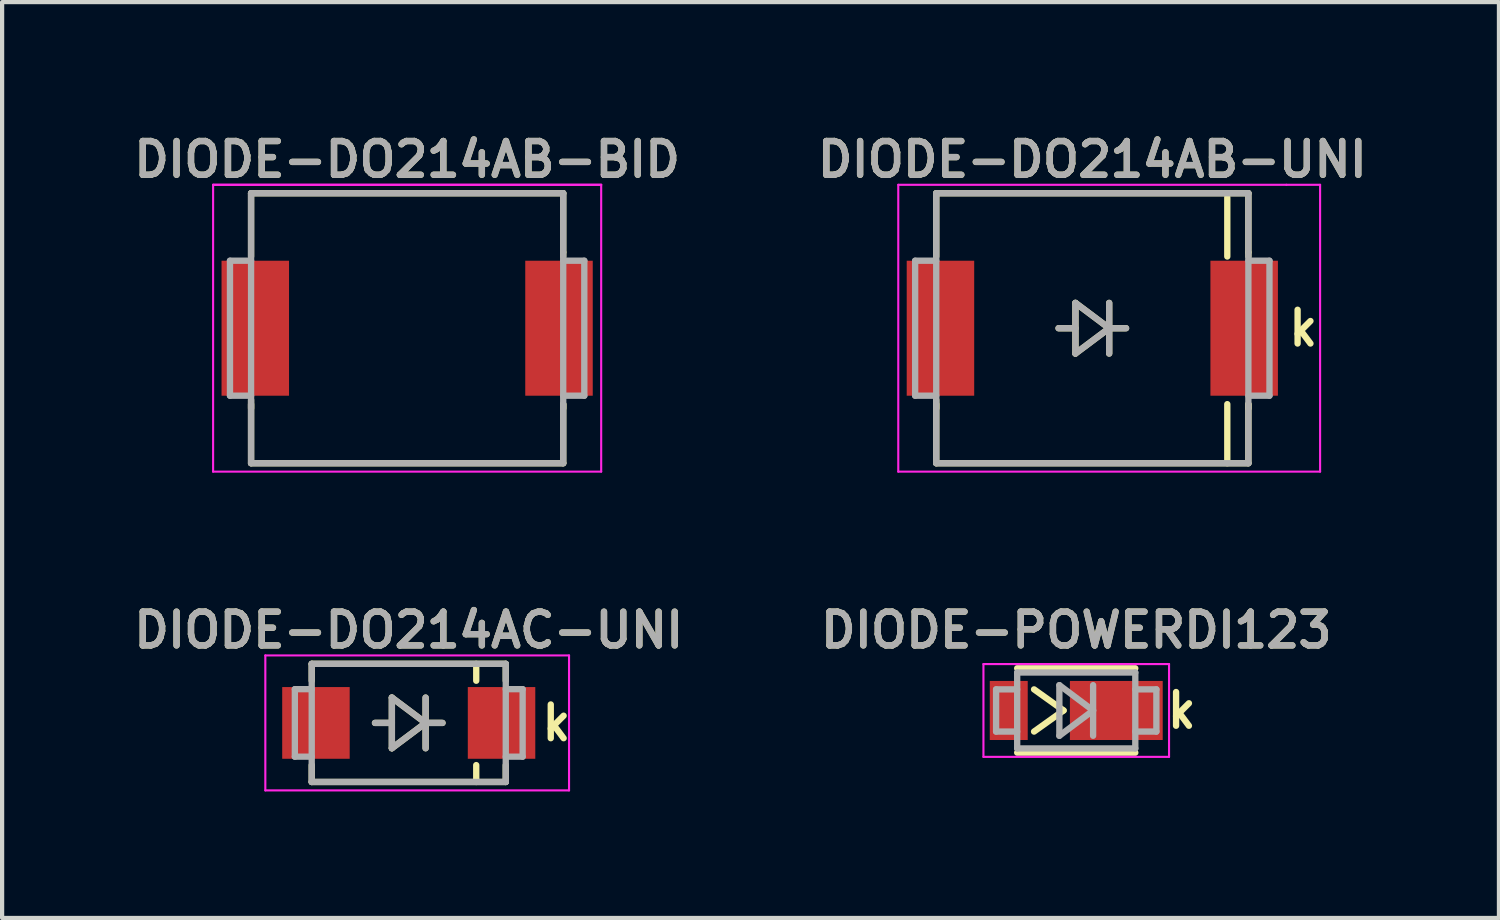
<source format=kicad_pcb>
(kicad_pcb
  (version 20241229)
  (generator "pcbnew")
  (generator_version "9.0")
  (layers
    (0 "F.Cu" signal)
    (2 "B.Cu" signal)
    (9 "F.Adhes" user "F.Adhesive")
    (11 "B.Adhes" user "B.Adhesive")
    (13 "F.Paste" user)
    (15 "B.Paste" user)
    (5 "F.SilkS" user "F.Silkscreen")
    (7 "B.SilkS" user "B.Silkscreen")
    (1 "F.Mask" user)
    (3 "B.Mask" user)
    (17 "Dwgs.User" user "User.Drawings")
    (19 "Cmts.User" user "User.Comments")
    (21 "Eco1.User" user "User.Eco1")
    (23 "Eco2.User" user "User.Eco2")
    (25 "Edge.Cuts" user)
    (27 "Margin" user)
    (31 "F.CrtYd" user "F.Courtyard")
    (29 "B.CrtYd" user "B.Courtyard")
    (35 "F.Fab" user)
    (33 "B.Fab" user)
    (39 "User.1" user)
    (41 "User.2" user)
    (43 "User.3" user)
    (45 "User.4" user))
  (footprint "DIODE-POWERDI123"
    (layer "F.Cu")
    (at 22.464 13.793)
    (property "Reference" "DIODE-POWERDI123" (at 0 -1.905 0) (layer "F.SilkS") (effects (font (size 0.8 0.8) (thickness 0.15))))
    (attr smd)
    (fp_line (start -1.4 -1) (end 1.4 -1) (stroke (width 0.15) (type solid)) (layer "F.SilkS"))
    (fp_line (start -1.4 1) (end 1.4 1) (stroke (width 0.15) (type solid)) (layer "F.SilkS"))
    (fp_line (start -1 -0.5) (end -0.3 0) (stroke (width 0.15) (type solid)) (layer "F.SilkS"))
    (fp_line (start -0.3 0) (end -1 0.5) (stroke (width 0.15) (type solid)) (layer "F.SilkS"))
    (fp_line (start -2.2 -1.1) (end -2.2 1.1) (stroke (width 0.05) (type solid)) (layer "F.CrtYd"))
    (fp_line (start -2.2 1.1) (end 2.2 1.1) (stroke (width 0.05) (type solid)) (layer "F.CrtYd"))
    (fp_line (start 2.2 -1.1) (end -2.2 -1.1) (stroke (width 0.05) (type solid)) (layer "F.CrtYd"))
    (fp_line (start 2.2 -1.1) (end 2.2 1.1) (stroke (width 0.05) (type solid)) (layer "F.CrtYd"))
    (fp_line (start -1.9 -0.5) (end -1.9 0.5) (stroke (width 0.15) (type solid)) (layer "F.Fab"))
    (fp_line (start -1.9 0.5) (end -1.4 0.5) (stroke (width 0.15) (type solid)) (layer "F.Fab"))
    (fp_line (start -1.4 -0.9) (end 1.4 -0.9) (stroke (width 0.15) (type solid)) (layer "F.Fab"))
    (fp_line (start -1.4 -0.5) (end -1.9 -0.5) (stroke (width 0.15) (type solid)) (layer "F.Fab"))
    (fp_line (start -1.4 0.9) (end -1.4 -0.9) (stroke (width 0.15) (type solid)) (layer "F.Fab"))
    (fp_line (start -0.4 -0.6) (end 0.4 0) (stroke (width 0.15) (type solid)) (layer "F.Fab"))
    (fp_line (start -0.4 0.6) (end -0.4 -0.6) (stroke (width 0.15) (type solid)) (layer "F.Fab"))
    (fp_line (start 0.4 -0.6) (end 0.4 0.6) (stroke (width 0.15) (type solid)) (layer "F.Fab"))
    (fp_line (start 0.4 0) (end -0.4 0.6) (stroke (width 0.15) (type solid)) (layer "F.Fab"))
    (fp_line (start 1.4 -0.9) (end 1.4 0.9) (stroke (width 0.15) (type solid)) (layer "F.Fab"))
    (fp_line (start 1.4 -0.5) (end 1.9 -0.5) (stroke (width 0.15) (type solid)) (layer "F.Fab"))
    (fp_line (start 1.4 0.9) (end -1.4 0.9) (stroke (width 0.15) (type solid)) (layer "F.Fab"))
    (fp_line (start 1.9 -0.5) (end 1.9 0.5) (stroke (width 0.15) (type solid)) (layer "F.Fab"))
    (fp_line (start 1.9 0.5) (end 1.4 0.5) (stroke (width 0.15) (type solid)) (layer "F.Fab"))
    (fp_text user "k" (at 2.5 0 0) (layer "F.SilkS") (effects (font (size 0.8 0.8) (thickness 0.15))))
    (fp_text user "${REFERENCE}" (at 0 -1.905 0) (layer "F.Fab") (effects (font (size 0.8 0.8) (thickness 0.15))))
    (pad "1" smd rect (at 0.95 0) (size 2.2 1.4) (layers "F.Cu" "F.Mask" "F.Paste"))
    (pad "2" smd rect (at -1.6 0) (size 0.9 1.4) (layers "F.Cu" "F.Mask" "F.Paste")))
  (footprint "DIODE-DO214AB-BID"
    (layer "F.Cu")
    (at 6.602 4.731)
    (property "Reference" "DIODE-DO214AB-BID" (at 0 -4 0) (layer "F.SilkS") (effects (font (size 0.8 0.8) (thickness 0.15))))
    (attr smd)
    (fp_line (start -3.7 -3.2) (end 3.7 -3.2) (stroke (width 0.15) (type solid)) (layer "F.SilkS"))
    (fp_line (start -3.7 -1.7) (end -3.7 -3.2) (stroke (width 0.15) (type solid)) (layer "F.SilkS"))
    (fp_line (start -3.7 1.9) (end -3.7 1.7) (stroke (width 0.15) (type solid)) (layer "F.SilkS"))
    (fp_line (start -3.7 3.2) (end -3.7 1.8) (stroke (width 0.15) (type solid)) (layer "F.SilkS"))
    (fp_line (start 3.7 -3.2) (end 3.7 -1.8) (stroke (width 0.15) (type solid)) (layer "F.SilkS"))
    (fp_line (start 3.7 -1.8) (end 3.7 -1.7) (stroke (width 0.15) (type solid)) (layer "F.SilkS"))
    (fp_line (start 3.7 1.8) (end 3.7 3.2) (stroke (width 0.15) (type solid)) (layer "F.SilkS"))
    (fp_line (start 3.7 1.9) (end 3.7 1.8) (stroke (width 0.15) (type solid)) (layer "F.SilkS"))
    (fp_line (start 3.7 3.2) (end -3.7 3.2) (stroke (width 0.15) (type solid)) (layer "F.SilkS"))
    (fp_line (start -4.6 -3.4) (end 4.6 -3.4) (stroke (width 0.05) (type solid)) (layer "F.CrtYd"))
    (fp_line (start -4.6 3.4) (end -4.6 -3.4) (stroke (width 0.05) (type solid)) (layer "F.CrtYd"))
    (fp_line (start 4.6 -3.4) (end -4.6 -3.4) (stroke (width 0.05) (type solid)) (layer "F.CrtYd"))
    (fp_line (start 4.6 -3.4) (end 4.6 3.4) (stroke (width 0.05) (type solid)) (layer "F.CrtYd"))
    (fp_line (start 4.6 3.4) (end -4.6 3.4) (stroke (width 0.05) (type solid)) (layer "F.CrtYd"))
    (fp_line (start -4.2 -1.6) (end -4.2 1.6) (stroke (width 0.15) (type solid)) (layer "F.Fab"))
    (fp_line (start -4.2 1.6) (end -3.7 1.6) (stroke (width 0.15) (type solid)) (layer "F.Fab"))
    (fp_line (start -3.7 -3.2) (end 3.7 -3.2) (stroke (width 0.15) (type solid)) (layer "F.Fab"))
    (fp_line (start -3.7 -1.6) (end -4.2 -1.6) (stroke (width 0.15) (type solid)) (layer "F.Fab"))
    (fp_line (start -3.7 3.2) (end -3.7 -3.2) (stroke (width 0.15) (type solid)) (layer "F.Fab"))
    (fp_line (start 3.7 -3.2) (end 3.7 3.2) (stroke (width 0.15) (type solid)) (layer "F.Fab"))
    (fp_line (start 3.7 -1.6) (end 4.2 -1.6) (stroke (width 0.15) (type solid)) (layer "F.Fab"))
    (fp_line (start 3.7 3.2) (end -3.7 3.2) (stroke (width 0.15) (type solid)) (layer "F.Fab"))
    (fp_line (start 4.2 -1.6) (end 4.2 1.6) (stroke (width 0.15) (type solid)) (layer "F.Fab"))
    (fp_line (start 4.2 1.6) (end 3.7 1.6) (stroke (width 0.15) (type solid)) (layer "F.Fab"))
    (fp_text user "${REFERENCE}" (at 0 -4 0) (layer "F.Fab") (effects (font (size 0.8 0.8) (thickness 0.15))))
    (pad "1" smd rect (at -3.6 0) (size 1.6 3.2) (layers "F.Cu" "F.Mask" "F.Paste"))
    (pad "2" smd rect (at 3.6 0) (size 1.6 3.2) (layers "F.Cu" "F.Mask" "F.Paste")))
  (footprint "DIODE-DO214AC-UNI"
    (layer "F.Cu")
    (at 6.64 14.088)
    (property "Reference" "DIODE-DO214AC-UNI" (at 0 -2.2 0) (layer "F.SilkS") (effects (font (size 0.8 0.8) (thickness 0.15))))
    (attr smd)
    (fp_line (start -2.3 -1.4) (end -2.3 -1) (stroke (width 0.15) (type solid)) (layer "F.SilkS"))
    (fp_line (start -2.3 -1.4) (end 2.3 -1.4) (stroke (width 0.15) (type solid)) (layer "F.SilkS"))
    (fp_line (start -2.3 1.4) (end -2.3 1) (stroke (width 0.15) (type solid)) (layer "F.SilkS"))
    (fp_line (start -0.8 0) (end -0.4 0) (stroke (width 0.15) (type solid)) (layer "F.SilkS"))
    (fp_line (start -0.4 -0.6) (end -0.4 0.6) (stroke (width 0.15) (type solid)) (layer "F.SilkS"))
    (fp_line (start -0.4 -0.6) (end 0.4 0) (stroke (width 0.15) (type solid)) (layer "F.SilkS"))
    (fp_line (start 0.4 0) (end -0.4 0.6) (stroke (width 0.15) (type solid)) (layer "F.SilkS"))
    (fp_line (start 0.4 0.6) (end 0.4 -0.6) (stroke (width 0.15) (type solid)) (layer "F.SilkS"))
    (fp_line (start 0.8 0) (end 0.4 0) (stroke (width 0.15) (type solid)) (layer "F.SilkS"))
    (fp_line (start 1.6 -1.4) (end 1.6 -1) (stroke (width 0.15) (type solid)) (layer "F.SilkS"))
    (fp_line (start 1.6 1) (end 1.6 1.4) (stroke (width 0.15) (type solid)) (layer "F.SilkS"))
    (fp_line (start 2.3 -1.4) (end 2.3 -1) (stroke (width 0.15) (type solid)) (layer "F.SilkS"))
    (fp_line (start 2.3 1) (end 2.3 1.4) (stroke (width 0.15) (type solid)) (layer "F.SilkS"))
    (fp_line (start 2.3 1.4) (end -2.3 1.4) (stroke (width 0.15) (type solid)) (layer "F.SilkS"))
    (fp_line (start -3.4 -1.6) (end 3.8 -1.6) (stroke (width 0.05) (type solid)) (layer "F.CrtYd"))
    (fp_line (start -3.4 1.6) (end -3.4 -1.6) (stroke (width 0.05) (type solid)) (layer "F.CrtYd"))
    (fp_line (start 3.8 -1.6) (end 3.8 1.6) (stroke (width 0.05) (type solid)) (layer "F.CrtYd"))
    (fp_line (start 3.8 1.6) (end -3.4 1.6) (stroke (width 0.05) (type solid)) (layer "F.CrtYd"))
    (fp_line (start -2.7 -0.8) (end -2.7 0.8) (stroke (width 0.15) (type solid)) (layer "F.Fab"))
    (fp_line (start -2.7 0.8) (end -2.3 0.8) (stroke (width 0.15) (type solid)) (layer "F.Fab"))
    (fp_line (start -2.3 -1.4) (end -2.3 1.4) (stroke (width 0.15) (type solid)) (layer "F.Fab"))
    (fp_line (start -2.3 -0.8) (end -2.7 -0.8) (stroke (width 0.15) (type solid)) (layer "F.Fab"))
    (fp_line (start -2.3 1.4) (end 2.3 1.4) (stroke (width 0.15) (type solid)) (layer "F.Fab"))
    (fp_line (start -0.8 0) (end -0.4 0) (stroke (width 0.15) (type solid)) (layer "F.Fab"))
    (fp_line (start -0.4 -0.6) (end 0.4 0) (stroke (width 0.15) (type solid)) (layer "F.Fab"))
    (fp_line (start -0.4 0.6) (end -0.4 -0.6) (stroke (width 0.15) (type solid)) (layer "F.Fab"))
    (fp_line (start 0.4 -0.6) (end 0.4 0.6) (stroke (width 0.15) (type solid)) (layer "F.Fab"))
    (fp_line (start 0.4 0) (end -0.4 0.6) (stroke (width 0.15) (type solid)) (layer "F.Fab"))
    (fp_line (start 0.8 0) (end 0.4 0) (stroke (width 0.15) (type solid)) (layer "F.Fab"))
    (fp_line (start 2.3 -1.4) (end -2.3 -1.4) (stroke (width 0.15) (type solid)) (layer "F.Fab"))
    (fp_line (start 2.3 -0.8) (end 2.7 -0.8) (stroke (width 0.15) (type solid)) (layer "F.Fab"))
    (fp_line (start 2.3 1.4) (end 2.3 -1.4) (stroke (width 0.15) (type solid)) (layer "F.Fab"))
    (fp_line (start 2.7 -0.8) (end 2.7 0.8) (stroke (width 0.15) (type solid)) (layer "F.Fab"))
    (fp_line (start 2.7 0.8) (end 2.3 0.8) (stroke (width 0.15) (type solid)) (layer "F.Fab"))
    (fp_text user "k" (at 3.5 0 0) (layer "F.SilkS") (effects (font (size 0.8 0.8) (thickness 0.15))))
    (fp_text user "${REFERENCE}" (at 0 -2.2 0) (layer "F.Fab") (effects (font (size 0.8 0.8) (thickness 0.15))))
    (pad "1" smd rect (at 2.2 0) (size 1.6 1.7) (layers "F.Cu" "F.Mask" "F.Paste"))
    (pad "2" smd rect (at -2.2 0) (size 1.6 1.7) (layers "F.Cu" "F.Mask" "F.Paste")))
  (footprint "DIODE-DO214AB-UNI"
    (layer "F.Cu")
    (at 22.845 4.731)
    (property "Reference" "DIODE-DO214AB-UNI" (at 0 -4 0) (layer "F.SilkS") (effects (font (size 0.8 0.8) (thickness 0.15))))
    (attr smd)
    (fp_line (start -3.7 -3.2) (end 3.7 -3.2) (stroke (width 0.15) (type solid)) (layer "F.SilkS"))
    (fp_line (start -3.7 -1.7) (end -3.7 -3.2) (stroke (width 0.15) (type solid)) (layer "F.SilkS"))
    (fp_line (start -3.7 1.9) (end -3.7 1.7) (stroke (width 0.15) (type solid)) (layer "F.SilkS"))
    (fp_line (start -3.7 3.2) (end -3.7 1.8) (stroke (width 0.15) (type solid)) (layer "F.SilkS"))
    (fp_line (start -0.8 0) (end -0.4 0) (stroke (width 0.15) (type solid)) (layer "F.SilkS"))
    (fp_line (start -0.4 -0.6) (end -0.4 0.6) (stroke (width 0.15) (type solid)) (layer "F.SilkS"))
    (fp_line (start -0.4 -0.6) (end 0.4 0) (stroke (width 0.15) (type solid)) (layer "F.SilkS"))
    (fp_line (start 0.4 0) (end -0.4 0.6) (stroke (width 0.15) (type solid)) (layer "F.SilkS"))
    (fp_line (start 0.4 0.6) (end 0.4 -0.6) (stroke (width 0.15) (type solid)) (layer "F.SilkS"))
    (fp_line (start 0.8 0) (end 0.4 0) (stroke (width 0.15) (type solid)) (layer "F.SilkS"))
    (fp_line (start 3.2 -3.1) (end 3.2 -1.7) (stroke (width 0.15) (type solid)) (layer "F.SilkS"))
    (fp_line (start 3.2 1.8) (end 3.2 3.2) (stroke (width 0.15) (type solid)) (layer "F.SilkS"))
    (fp_line (start 3.7 -3.2) (end 3.7 -1.8) (stroke (width 0.15) (type solid)) (layer "F.SilkS"))
    (fp_line (start 3.7 -1.8) (end 3.7 -1.7) (stroke (width 0.15) (type solid)) (layer "F.SilkS"))
    (fp_line (start 3.7 1.8) (end 3.7 3.2) (stroke (width 0.15) (type solid)) (layer "F.SilkS"))
    (fp_line (start 3.7 1.9) (end 3.7 1.8) (stroke (width 0.15) (type solid)) (layer "F.SilkS"))
    (fp_line (start 3.7 3.2) (end -3.7 3.2) (stroke (width 0.15) (type solid)) (layer "F.SilkS"))
    (fp_line (start -4.6 -3.4) (end 4.6 -3.4) (stroke (width 0.05) (type solid)) (layer "F.CrtYd"))
    (fp_line (start -4.6 3.4) (end -4.6 -3.4) (stroke (width 0.05) (type solid)) (layer "F.CrtYd"))
    (fp_line (start 4.6 -3.4) (end 5.4 -3.4) (stroke (width 0.05) (type solid)) (layer "F.CrtYd"))
    (fp_line (start 5.4 -3.4) (end 5.4 3.4) (stroke (width 0.05) (type solid)) (layer "F.CrtYd"))
    (fp_line (start 5.4 3.4) (end -4.6 3.4) (stroke (width 0.05) (type solid)) (layer "F.CrtYd"))
    (fp_line (start -4.2 -1.6) (end -4.2 1.6) (stroke (width 0.15) (type solid)) (layer "F.Fab"))
    (fp_line (start -4.2 1.6) (end -3.7 1.6) (stroke (width 0.15) (type solid)) (layer "F.Fab"))
    (fp_line (start -3.7 -3.2) (end 3.7 -3.2) (stroke (width 0.15) (type solid)) (layer "F.Fab"))
    (fp_line (start -3.7 -1.6) (end -4.2 -1.6) (stroke (width 0.15) (type solid)) (layer "F.Fab"))
    (fp_line (start -3.7 3.2) (end -3.7 -3.2) (stroke (width 0.15) (type solid)) (layer "F.Fab"))
    (fp_line (start -0.8 0) (end -0.4 0) (stroke (width 0.15) (type solid)) (layer "F.Fab"))
    (fp_line (start -0.4 -0.6) (end 0.4 0) (stroke (width 0.15) (type solid)) (layer "F.Fab"))
    (fp_line (start -0.4 0.6) (end -0.4 -0.6) (stroke (width 0.15) (type solid)) (layer "F.Fab"))
    (fp_line (start 0.4 -0.6) (end 0.4 0.6) (stroke (width 0.15) (type solid)) (layer "F.Fab"))
    (fp_line (start 0.4 0) (end -0.4 0.6) (stroke (width 0.15) (type solid)) (layer "F.Fab"))
    (fp_line (start 0.8 0) (end 0.4 0) (stroke (width 0.15) (type solid)) (layer "F.Fab"))
    (fp_line (start 3.7 -3.2) (end 3.7 3.2) (stroke (width 0.15) (type solid)) (layer "F.Fab"))
    (fp_line (start 3.7 -1.6) (end 4.2 -1.6) (stroke (width 0.15) (type solid)) (layer "F.Fab"))
    (fp_line (start 3.7 3.2) (end -3.7 3.2) (stroke (width 0.15) (type solid)) (layer "F.Fab"))
    (fp_line (start 4.2 -1.6) (end 4.2 1.6) (stroke (width 0.15) (type solid)) (layer "F.Fab"))
    (fp_line (start 4.2 1.6) (end 3.7 1.6) (stroke (width 0.15) (type solid)) (layer "F.Fab"))
    (fp_text user "k" (at 5 0 0) (layer "F.SilkS") (effects (font (size 0.8 0.8) (thickness 0.15))))
    (fp_text user "${REFERENCE}" (at 0 -4 0) (layer "F.Fab") (effects (font (size 0.8 0.8) (thickness 0.15))))
    (pad "1" smd rect (at 3.6 0) (size 1.6 3.2) (layers "F.Cu" "F.Mask" "F.Paste"))
    (pad "2" smd rect (at -3.6 0) (size 1.6 3.2) (layers "F.Cu" "F.Mask" "F.Paste")))
  (gr_rect
    (start -3 -3)
    (end 32.485 18.712)
    (stroke (width 0.1) (type default))
    (fill no)
    (layer "Edge.Cuts")))
</source>
